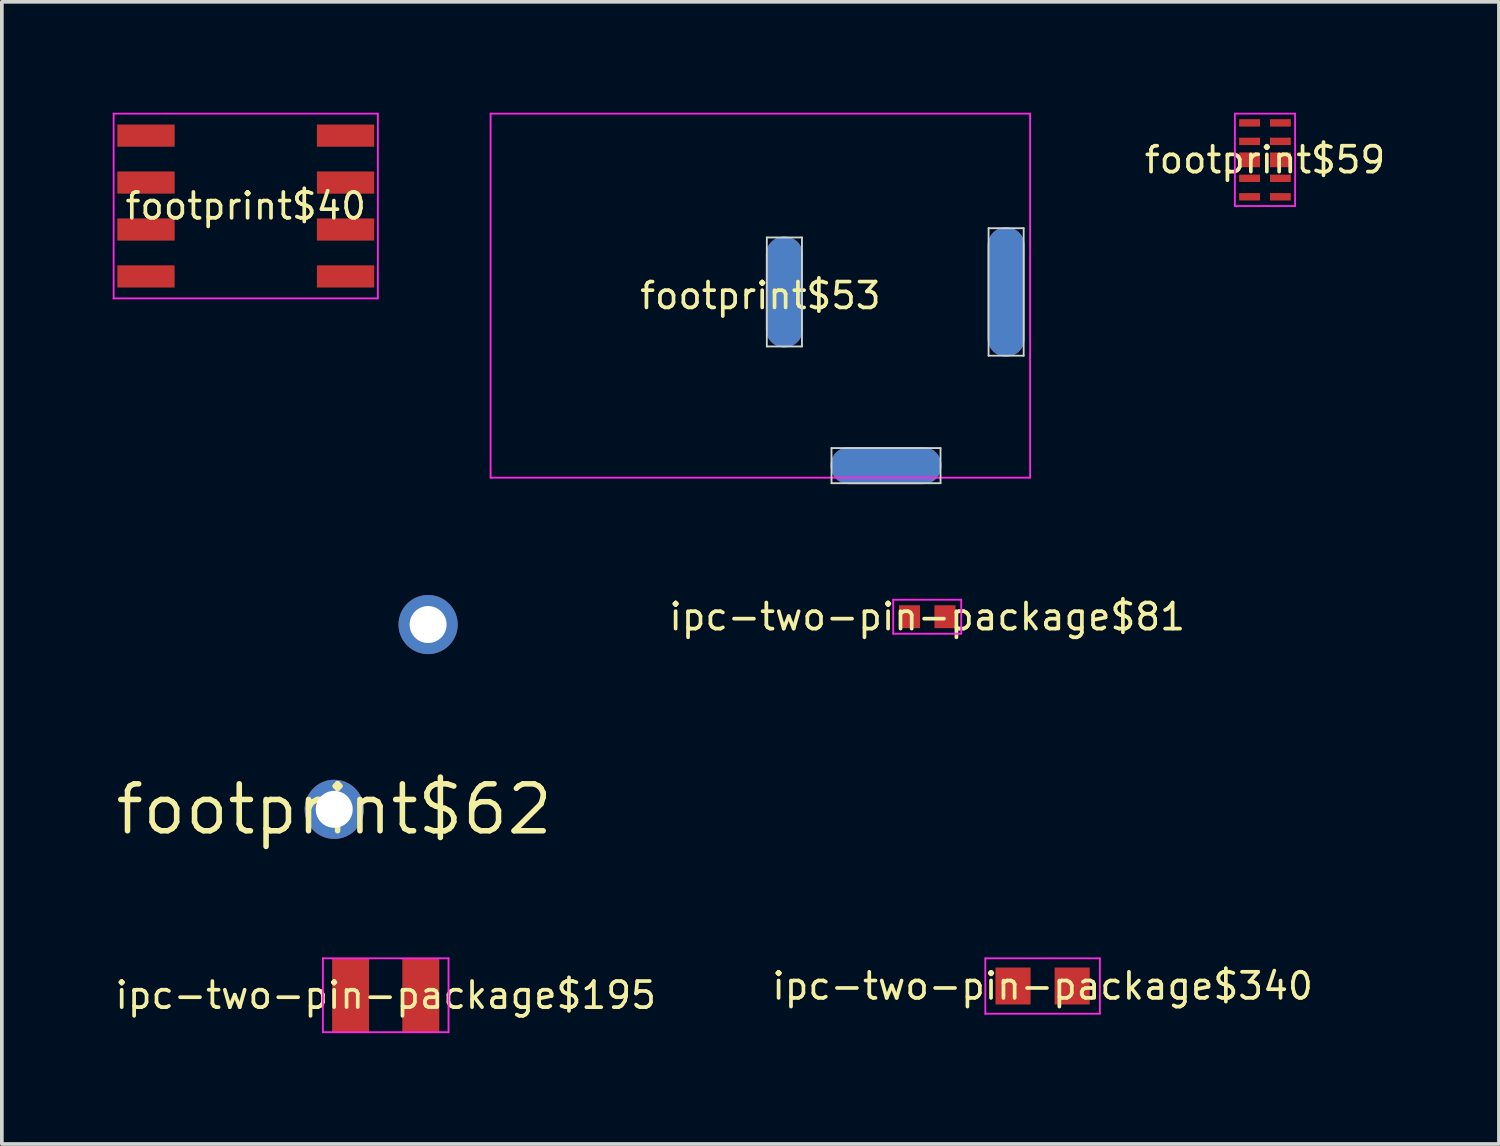
<source format=kicad_pcb>
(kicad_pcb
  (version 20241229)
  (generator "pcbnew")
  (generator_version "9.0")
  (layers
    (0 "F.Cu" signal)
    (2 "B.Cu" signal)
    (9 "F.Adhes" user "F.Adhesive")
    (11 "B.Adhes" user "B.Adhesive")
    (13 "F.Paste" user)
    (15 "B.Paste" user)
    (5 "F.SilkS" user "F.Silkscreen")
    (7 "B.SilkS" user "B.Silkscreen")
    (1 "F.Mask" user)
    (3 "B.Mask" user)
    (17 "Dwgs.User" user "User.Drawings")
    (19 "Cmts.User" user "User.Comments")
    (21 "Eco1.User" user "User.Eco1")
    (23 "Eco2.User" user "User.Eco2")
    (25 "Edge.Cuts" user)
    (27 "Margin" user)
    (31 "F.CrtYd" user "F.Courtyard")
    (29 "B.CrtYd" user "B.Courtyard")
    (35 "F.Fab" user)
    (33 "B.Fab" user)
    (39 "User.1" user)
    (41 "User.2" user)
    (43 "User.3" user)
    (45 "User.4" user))
  (footprint "footprint$62"
    (layer "F.Cu")
    (at 5.994 18.85)
    (property "Reference" "footprint$62" (at 0 0 0) (layer "F.SilkS") (effects (font (size 1.27 1.27) (thickness 0.15))))
    (attr through_hole)
    (pad "1" thru_hole circle (at 0 0) (size 1.6 1.6) (drill 1) (layers "*.Cu" "*.Mask"))
    (pad "2" thru_hole circle (at 2.54 -5) (size 1.6 1.6) (drill 1) (layers "*.Cu" "*.Mask")))
  (footprint "footprint$53"
    (layer "F.Cu")
    (at 17.525 4.95)
    (property "Reference" "footprint$53" (at 0 0 0) (layer "F.SilkS") (effects (font (size 0.7 0.7) (thickness 0.1))))
    (attr through_hole)
    (fp_line (start 0.175 -1.575) (end 0.175 1.375) (stroke (width 0.05) (type solid)) (layer "Edge.Cuts"))
    (fp_line (start 0.175 1.375) (end 1.125 1.375) (stroke (width 0.05) (type solid)) (layer "Edge.Cuts"))
    (fp_line (start 1.125 -1.575) (end 0.175 -1.575) (stroke (width 0.05) (type solid)) (layer "Edge.Cuts"))
    (fp_line (start 1.125 1.375) (end 1.125 -1.575) (stroke (width 0.05) (type solid)) (layer "Edge.Cuts"))
    (fp_line (start 1.925 4.125) (end 1.925 5.075) (stroke (width 0.05) (type solid)) (layer "Edge.Cuts"))
    (fp_line (start 1.925 5.075) (end 4.875 5.075) (stroke (width 0.05) (type solid)) (layer "Edge.Cuts"))
    (fp_line (start 4.875 4.125) (end 1.925 4.125) (stroke (width 0.05) (type solid)) (layer "Edge.Cuts"))
    (fp_line (start 4.875 5.075) (end 4.875 4.125) (stroke (width 0.05) (type solid)) (layer "Edge.Cuts"))
    (fp_line (start 6.175 -1.825) (end 6.175 1.625) (stroke (width 0.05) (type solid)) (layer "Edge.Cuts"))
    (fp_line (start 6.175 1.625) (end 7.125 1.625) (stroke (width 0.05) (type solid)) (layer "Edge.Cuts"))
    (fp_line (start 7.125 -1.825) (end 6.175 -1.825) (stroke (width 0.05) (type solid)) (layer "Edge.Cuts"))
    (fp_line (start 7.125 1.625) (end 7.125 -1.825) (stroke (width 0.05) (type solid)) (layer "Edge.Cuts"))
    (fp_line (start -7.3 -4.925) (end -7.3 4.925) (stroke (width 0.05) (type solid)) (layer "F.CrtYd"))
    (fp_line (start -7.3 4.925) (end 7.3 4.925) (stroke (width 0.05) (type solid)) (layer "F.CrtYd"))
    (fp_line (start 7.3 -4.925) (end -7.3 -4.925) (stroke (width 0.05) (type solid)) (layer "F.CrtYd"))
    (fp_line (start 7.3 4.925) (end 7.3 -4.925) (stroke (width 0.05) (type solid)) (layer "F.CrtYd"))
    (pad "1" thru_hole oval (at 6.65 -0.1) (size 1 3.5) (drill 0.000001) (layers "*.Cu"))
    (pad "2" thru_hole oval (at 0.65 -0.1) (size 1 3) (drill 0.000001) (layers "*.Cu"))
    (pad "3" thru_hole oval (at 3.4 4.6) (size 3 1) (drill 0.000001) (layers "*.Cu")))
  (footprint "ipc-two-pin-package$195"
    (layer "F.Cu")
    (at 7.387 23.881)
    (property "Reference" "ipc-two-pin-package$195" (at 0 0 0) (layer "F.SilkS") (effects (font (size 0.706 0.706) (thickness 0.1))))
    (attr through_hole)
    (fp_poly (pts (xy -1.45 1) (xy -0.45 1) (xy -0.45 -1) (xy -1.45 -1)) (stroke (width 0) (type solid)) (fill yes) (layer "F.Mask"))
    (fp_poly (pts (xy 0.45 1) (xy 1.45 1) (xy 1.45 -1) (xy 0.45 -1)) (stroke (width 0) (type solid)) (fill yes) (layer "F.Mask"))
    (fp_poly (pts (xy -1.45 1) (xy -0.45 1) (xy -0.45 -1) (xy -1.45 -1)) (stroke (width 0) (type solid)) (fill yes) (layer "F.Paste"))
    (fp_poly (pts (xy 0.45 1) (xy 1.45 1) (xy 1.45 -1) (xy 0.45 -1)) (stroke (width 0) (type solid)) (fill yes) (layer "F.Paste"))
    (fp_line (start -1.7 -1) (end -1.7 1) (stroke (width 0.05) (type solid)) (layer "F.CrtYd"))
    (fp_line (start -1.7 1) (end 1.7 1) (stroke (width 0.05) (type solid)) (layer "F.CrtYd"))
    (fp_line (start 1.7 -1) (end -1.7 -1) (stroke (width 0.05) (type solid)) (layer "F.CrtYd"))
    (fp_line (start 1.7 1) (end 1.7 -1) (stroke (width 0.05) (type solid)) (layer "F.CrtYd"))
    (pad "1" smd rect (at -0.95 0) (size 1 2) (layers "F.Cu"))
    (pad "2" smd rect (at 0.95 0) (size 1 2) (layers "F.Cu")))
  (footprint "ipc-two-pin-package$81"
    (layer "F.Cu")
    (at 22.04 13.638)
    (property "Reference" "ipc-two-pin-package$81" (at 0 0 0) (layer "F.SilkS") (effects (font (size 0.706 0.706) (thickness 0.1))))
    (attr through_hole)
    (fp_poly (pts (xy -0.765 0.31) (xy -0.195 0.31) (xy -0.195 -0.31) (xy -0.765 -0.31)) (stroke (width 0) (type solid)) (fill yes) (layer "F.Mask"))
    (fp_poly (pts (xy 0.195 0.31) (xy 0.765 0.31) (xy 0.765 -0.31) (xy 0.195 -0.31)) (stroke (width 0) (type solid)) (fill yes) (layer "F.Mask"))
    (fp_poly (pts (xy -0.765 0.31) (xy -0.195 0.31) (xy -0.195 -0.31) (xy -0.765 -0.31)) (stroke (width 0) (type solid)) (fill yes) (layer "F.Paste"))
    (fp_poly (pts (xy 0.195 0.31) (xy 0.765 0.31) (xy 0.765 -0.31) (xy 0.195 -0.31)) (stroke (width 0) (type solid)) (fill yes) (layer "F.Paste"))
    (fp_line (start -0.92 -0.46) (end -0.92 0.46) (stroke (width 0.05) (type solid)) (layer "F.CrtYd"))
    (fp_line (start -0.92 0.46) (end 0.92 0.46) (stroke (width 0.05) (type solid)) (layer "F.CrtYd"))
    (fp_line (start 0.92 -0.46) (end -0.92 -0.46) (stroke (width 0.05) (type solid)) (layer "F.CrtYd"))
    (fp_line (start 0.92 0.46) (end 0.92 -0.46) (stroke (width 0.05) (type solid)) (layer "F.CrtYd"))
    (pad "1" smd rect (at -0.48 0) (size 0.57 0.62) (layers "F.Cu"))
    (pad "2" smd rect (at 0.48 0) (size 0.57 0.62) (layers "F.Cu")))
  (footprint "footprint$40"
    (layer "F.Cu")
    (at 3.6 2.525)
    (property "Reference" "footprint$40" (at 0 0 0) (layer "F.SilkS") (effects (font (size 0.7 0.7) (thickness 0.1))))
    (attr through_hole)
    (fp_poly (pts (xy -3.475 -1.605) (xy -1.925 -1.605) (xy -1.925 -2.205) (xy -3.475 -2.205)) (stroke (width 0) (type solid)) (fill yes) (layer "F.Mask"))
    (fp_poly (pts (xy -3.475 -0.335) (xy -1.925 -0.335) (xy -1.925 -0.935) (xy -3.475 -0.935)) (stroke (width 0) (type solid)) (fill yes) (layer "F.Mask"))
    (fp_poly (pts (xy -3.475 0.935) (xy -1.925 0.935) (xy -1.925 0.335) (xy -3.475 0.335)) (stroke (width 0) (type solid)) (fill yes) (layer "F.Mask"))
    (fp_poly (pts (xy -3.475 2.205) (xy -1.925 2.205) (xy -1.925 1.605) (xy -3.475 1.605)) (stroke (width 0) (type solid)) (fill yes) (layer "F.Mask"))
    (fp_poly (pts (xy 1.925 -1.605) (xy 3.475 -1.605) (xy 3.475 -2.205) (xy 1.925 -2.205)) (stroke (width 0) (type solid)) (fill yes) (layer "F.Mask"))
    (fp_poly (pts (xy 1.925 -0.335) (xy 3.475 -0.335) (xy 3.475 -0.935) (xy 1.925 -0.935)) (stroke (width 0) (type solid)) (fill yes) (layer "F.Mask"))
    (fp_poly (pts (xy 1.925 0.935) (xy 3.475 0.935) (xy 3.475 0.335) (xy 1.925 0.335)) (stroke (width 0) (type solid)) (fill yes) (layer "F.Mask"))
    (fp_poly (pts (xy 1.925 2.205) (xy 3.475 2.205) (xy 3.475 1.605) (xy 1.925 1.605)) (stroke (width 0) (type solid)) (fill yes) (layer "F.Mask"))
    (fp_poly (pts (xy -3.475 -1.605) (xy -1.925 -1.605) (xy -1.925 -2.205) (xy -3.475 -2.205)) (stroke (width 0) (type solid)) (fill yes) (layer "F.Paste"))
    (fp_poly (pts (xy -3.475 -0.335) (xy -1.925 -0.335) (xy -1.925 -0.935) (xy -3.475 -0.935)) (stroke (width 0) (type solid)) (fill yes) (layer "F.Paste"))
    (fp_poly (pts (xy -3.475 0.935) (xy -1.925 0.935) (xy -1.925 0.335) (xy -3.475 0.335)) (stroke (width 0) (type solid)) (fill yes) (layer "F.Paste"))
    (fp_poly (pts (xy -3.475 2.205) (xy -1.925 2.205) (xy -1.925 1.605) (xy -3.475 1.605)) (stroke (width 0) (type solid)) (fill yes) (layer "F.Paste"))
    (fp_poly (pts (xy 1.925 -1.605) (xy 3.475 -1.605) (xy 3.475 -2.205) (xy 1.925 -2.205)) (stroke (width 0) (type solid)) (fill yes) (layer "F.Paste"))
    (fp_poly (pts (xy 1.925 -0.335) (xy 3.475 -0.335) (xy 3.475 -0.935) (xy 1.925 -0.935)) (stroke (width 0) (type solid)) (fill yes) (layer "F.Paste"))
    (fp_poly (pts (xy 1.925 0.935) (xy 3.475 0.935) (xy 3.475 0.335) (xy 1.925 0.335)) (stroke (width 0) (type solid)) (fill yes) (layer "F.Paste"))
    (fp_poly (pts (xy 1.925 2.205) (xy 3.475 2.205) (xy 3.475 1.605) (xy 1.925 1.605)) (stroke (width 0) (type solid)) (fill yes) (layer "F.Paste"))
    (fp_line (start -3.575 -2.5) (end -3.575 2.5) (stroke (width 0.05) (type solid)) (layer "F.CrtYd"))
    (fp_line (start -3.575 2.5) (end 3.575 2.5) (stroke (width 0.05) (type solid)) (layer "F.CrtYd"))
    (fp_line (start 3.575 -2.5) (end -3.575 -2.5) (stroke (width 0.05) (type solid)) (layer "F.CrtYd"))
    (fp_line (start 3.575 2.5) (end 3.575 -2.5) (stroke (width 0.05) (type solid)) (layer "F.CrtYd"))
    (pad "1" smd rect (at -2.7 -1.905) (size 1.55 0.6) (layers "F.Cu"))
    (pad "2" smd rect (at -2.7 -0.635) (size 1.55 0.6) (layers "F.Cu"))
    (pad "3" smd rect (at -2.7 0.635) (size 1.55 0.6) (layers "F.Cu"))
    (pad "4" smd rect (at -2.7 1.905) (size 1.55 0.6) (layers "F.Cu"))
    (pad "5" smd rect (at 2.7 1.905) (size 1.55 0.6) (layers "F.Cu"))
    (pad "6" smd rect (at 2.7 0.635) (size 1.55 0.6) (layers "F.Cu"))
    (pad "7" smd rect (at 2.7 -0.635) (size 1.55 0.6) (layers "F.Cu"))
    (pad "8" smd rect (at 2.7 -1.905) (size 1.55 0.6) (layers "F.Cu")))
  (footprint "footprint$59"
    (layer "F.Cu")
    (at 31.18 1.275)
    (property "Reference" "footprint$59" (at 0 0 0) (layer "F.SilkS") (effects (font (size 0.7 0.7) (thickness 0.1))))
    (attr through_hole)
    (fp_poly (pts (xy -0.7 -0.9) (xy -0.135 -0.9) (xy -0.135 -1.1) (xy -0.7 -1.1)) (stroke (width 0) (type solid)) (fill yes) (layer "F.Mask"))
    (fp_poly (pts (xy -0.7 -0.4) (xy -0.135 -0.4) (xy -0.135 -0.6) (xy -0.7 -0.6)) (stroke (width 0) (type solid)) (fill yes) (layer "F.Mask"))
    (fp_poly (pts (xy -0.7 0.2) (xy -0.135 0.2) (xy -0.135 -0.2) (xy -0.7 -0.2)) (stroke (width 0) (type solid)) (fill yes) (layer "F.Mask"))
    (fp_poly (pts (xy -0.7 0.6) (xy -0.135 0.6) (xy -0.135 0.4) (xy -0.7 0.4)) (stroke (width 0) (type solid)) (fill yes) (layer "F.Mask"))
    (fp_poly (pts (xy -0.7 1.1) (xy -0.135 1.1) (xy -0.135 0.9) (xy -0.7 0.9)) (stroke (width 0) (type solid)) (fill yes) (layer "F.Mask"))
    (fp_poly (pts (xy 0.135 -0.9) (xy 0.7 -0.9) (xy 0.7 -1.1) (xy 0.135 -1.1)) (stroke (width 0) (type solid)) (fill yes) (layer "F.Mask"))
    (fp_poly (pts (xy 0.135 -0.4) (xy 0.7 -0.4) (xy 0.7 -0.6) (xy 0.135 -0.6)) (stroke (width 0) (type solid)) (fill yes) (layer "F.Mask"))
    (fp_poly (pts (xy 0.135 0.2) (xy 0.7 0.2) (xy 0.7 -0.2) (xy 0.135 -0.2)) (stroke (width 0) (type solid)) (fill yes) (layer "F.Mask"))
    (fp_poly (pts (xy 0.135 0.6) (xy 0.7 0.6) (xy 0.7 0.4) (xy 0.135 0.4)) (stroke (width 0) (type solid)) (fill yes) (layer "F.Mask"))
    (fp_poly (pts (xy 0.135 1.1) (xy 0.7 1.1) (xy 0.7 0.9) (xy 0.135 0.9)) (stroke (width 0) (type solid)) (fill yes) (layer "F.Mask"))
    (fp_poly (pts (xy -0.7 -0.9) (xy -0.135 -0.9) (xy -0.135 -1.1) (xy -0.7 -1.1)) (stroke (width 0) (type solid)) (fill yes) (layer "F.Paste"))
    (fp_poly (pts (xy -0.7 -0.4) (xy -0.135 -0.4) (xy -0.135 -0.6) (xy -0.7 -0.6)) (stroke (width 0) (type solid)) (fill yes) (layer "F.Paste"))
    (fp_poly (pts (xy -0.7 0.2) (xy -0.135 0.2) (xy -0.135 -0.2) (xy -0.7 -0.2)) (stroke (width 0) (type solid)) (fill yes) (layer "F.Paste"))
    (fp_poly (pts (xy -0.7 0.6) (xy -0.135 0.6) (xy -0.135 0.4) (xy -0.7 0.4)) (stroke (width 0) (type solid)) (fill yes) (layer "F.Paste"))
    (fp_poly (pts (xy -0.7 1.1) (xy -0.135 1.1) (xy -0.135 0.9) (xy -0.7 0.9)) (stroke (width 0) (type solid)) (fill yes) (layer "F.Paste"))
    (fp_poly (pts (xy 0.135 -0.9) (xy 0.7 -0.9) (xy 0.7 -1.1) (xy 0.135 -1.1)) (stroke (width 0) (type solid)) (fill yes) (layer "F.Paste"))
    (fp_poly (pts (xy 0.135 -0.4) (xy 0.7 -0.4) (xy 0.7 -0.6) (xy 0.135 -0.6)) (stroke (width 0) (type solid)) (fill yes) (layer "F.Paste"))
    (fp_poly (pts (xy 0.135 0.2) (xy 0.7 0.2) (xy 0.7 -0.2) (xy 0.135 -0.2)) (stroke (width 0) (type solid)) (fill yes) (layer "F.Paste"))
    (fp_poly (pts (xy 0.135 0.6) (xy 0.7 0.6) (xy 0.7 0.4) (xy 0.135 0.4)) (stroke (width 0) (type solid)) (fill yes) (layer "F.Paste"))
    (fp_poly (pts (xy 0.135 1.1) (xy 0.7 1.1) (xy 0.7 0.9) (xy 0.135 0.9)) (stroke (width 0) (type solid)) (fill yes) (layer "F.Paste"))
    (fp_line (start -0.815 -1.25) (end -0.815 1.25) (stroke (width 0.05) (type solid)) (layer "F.CrtYd"))
    (fp_line (start -0.815 1.25) (end 0.815 1.25) (stroke (width 0.05) (type solid)) (layer "F.CrtYd"))
    (fp_line (start 0.815 -1.25) (end -0.815 -1.25) (stroke (width 0.05) (type solid)) (layer "F.CrtYd"))
    (fp_line (start 0.815 1.25) (end 0.815 -1.25) (stroke (width 0.05) (type solid)) (layer "F.CrtYd"))
    (pad "1" smd rect (at -0.417 -1) (size 0.565 0.2) (layers "F.Cu"))
    (pad "2" smd rect (at -0.417 -0.5) (size 0.565 0.2) (layers "F.Cu"))
    (pad "3" smd rect (at -0.417 0) (size 0.565 0.4) (layers "F.Cu"))
    (pad "4" smd rect (at -0.417 0.5) (size 0.565 0.2) (layers "F.Cu"))
    (pad "5" smd rect (at -0.417 1) (size 0.565 0.2) (layers "F.Cu"))
    (pad "6" smd rect (at 0.417 1) (size 0.565 0.2) (layers "F.Cu"))
    (pad "7" smd rect (at 0.417 0.5) (size 0.565 0.2) (layers "F.Cu"))
    (pad "8" smd rect (at 0.417 0) (size 0.565 0.4) (layers "F.Cu"))
    (pad "9" smd rect (at 0.417 -0.5) (size 0.565 0.2) (layers "F.Cu"))
    (pad "10" smd rect (at 0.417 -1) (size 0.565 0.2) (layers "F.Cu")))
  (footprint "ipc-two-pin-package$340"
    (layer "F.Cu")
    (at 25.162 23.631)
    (property "Reference" "ipc-two-pin-package$340" (at 0 0 0) (layer "F.SilkS") (effects (font (size 0.706 0.706) (thickness 0.1))))
    (attr through_hole)
    (fp_poly (pts (xy -1.275 0.5) (xy -0.325 0.5) (xy -0.325 -0.5) (xy -1.275 -0.5)) (stroke (width 0) (type solid)) (fill yes) (layer "F.Mask"))
    (fp_poly (pts (xy 0.325 0.5) (xy 1.275 0.5) (xy 1.275 -0.5) (xy 0.325 -0.5)) (stroke (width 0) (type solid)) (fill yes) (layer "F.Mask"))
    (fp_poly (pts (xy -1.275 0.5) (xy -0.325 0.5) (xy -0.325 -0.5) (xy -1.275 -0.5)) (stroke (width 0) (type solid)) (fill yes) (layer "F.Paste"))
    (fp_poly (pts (xy 0.325 0.5) (xy 1.275 0.5) (xy 1.275 -0.5) (xy 0.325 -0.5)) (stroke (width 0) (type solid)) (fill yes) (layer "F.Paste"))
    (fp_line (start -1.55 -0.75) (end -1.55 0.75) (stroke (width 0.05) (type solid)) (layer "F.CrtYd"))
    (fp_line (start -1.55 0.75) (end 1.55 0.75) (stroke (width 0.05) (type solid)) (layer "F.CrtYd"))
    (fp_line (start 1.55 -0.75) (end -1.55 -0.75) (stroke (width 0.05) (type solid)) (layer "F.CrtYd"))
    (fp_line (start 1.55 0.75) (end 1.55 -0.75) (stroke (width 0.05) (type solid)) (layer "F.CrtYd"))
    (pad "1" smd rect (at -0.8 0) (size 0.95 1) (layers "F.Cu"))
    (pad "2" smd rect (at 0.8 0) (size 0.95 1) (layers "F.Cu")))
  (gr_rect
    (start -3 -3)
    (end 37.51 27.906)
    (stroke (width 0.1) (type default))
    (fill no)
    (layer "Edge.Cuts")))
</source>
